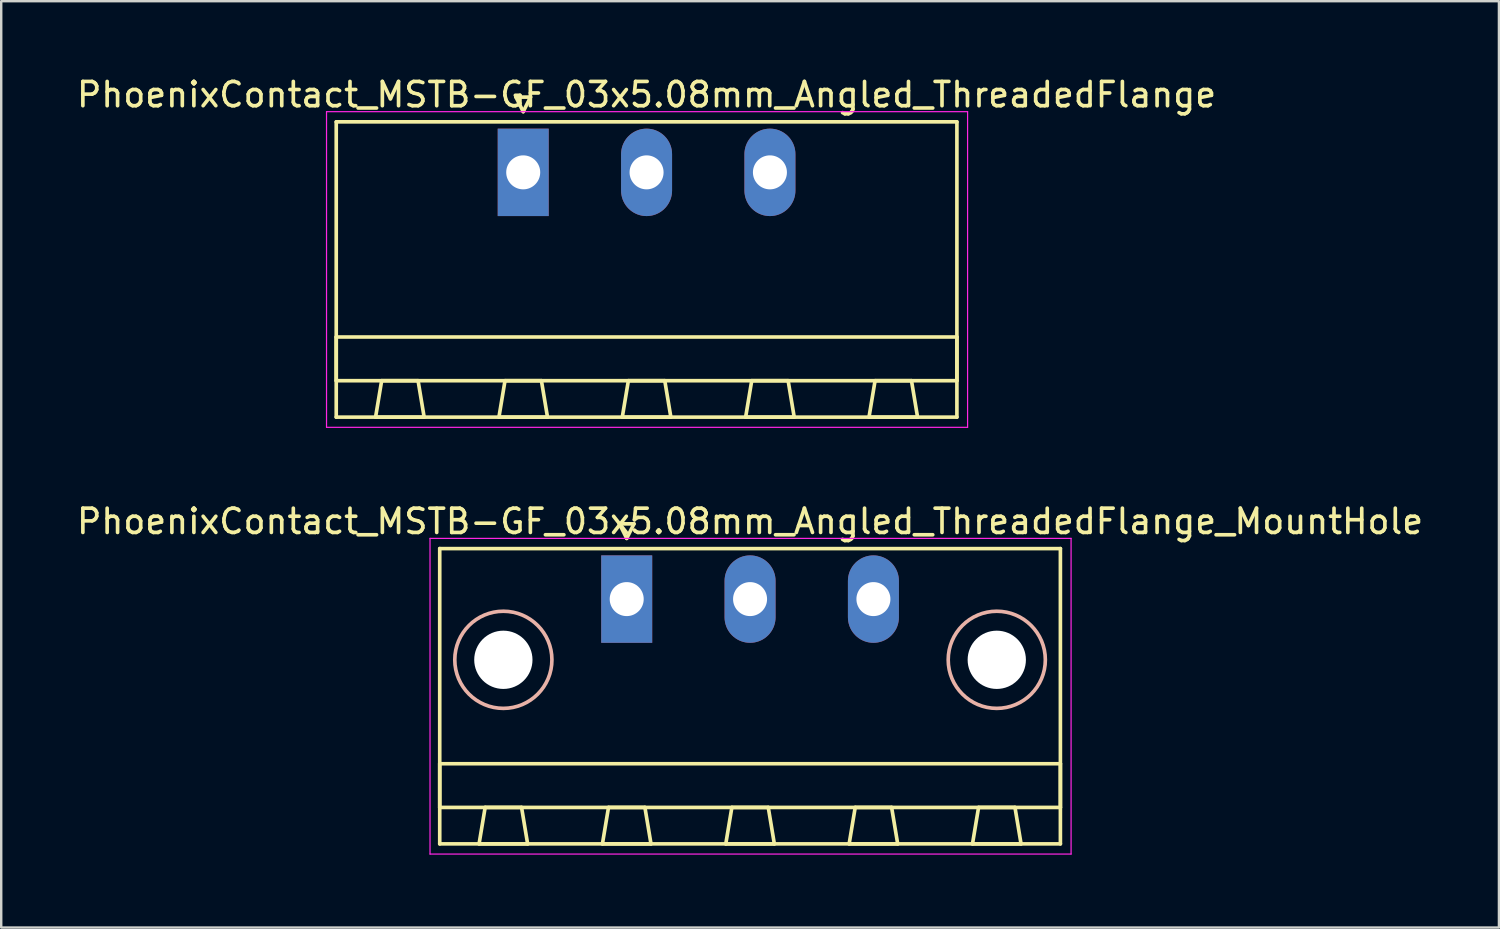
<source format=kicad_pcb>
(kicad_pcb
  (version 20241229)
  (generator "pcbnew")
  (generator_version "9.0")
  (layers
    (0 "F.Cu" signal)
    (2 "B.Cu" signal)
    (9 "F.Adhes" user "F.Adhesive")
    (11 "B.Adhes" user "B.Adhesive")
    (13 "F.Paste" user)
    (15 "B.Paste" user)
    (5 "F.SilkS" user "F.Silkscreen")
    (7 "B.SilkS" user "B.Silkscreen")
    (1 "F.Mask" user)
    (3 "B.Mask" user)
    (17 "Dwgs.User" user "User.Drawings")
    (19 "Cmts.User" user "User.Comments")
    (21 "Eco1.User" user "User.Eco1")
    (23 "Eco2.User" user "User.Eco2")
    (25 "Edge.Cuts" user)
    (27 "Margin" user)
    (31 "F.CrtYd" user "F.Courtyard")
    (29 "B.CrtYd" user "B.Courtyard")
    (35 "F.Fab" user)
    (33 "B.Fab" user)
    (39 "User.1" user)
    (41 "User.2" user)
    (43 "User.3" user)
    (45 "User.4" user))
  (footprint "PhoenixContact_MSTB-GF_03x5.08mm_Angled_ThreadedFlange_MountHole"
    (layer "F.Cu")
    (at 22.759 21.622)
    (property "Reference" "PhoenixContact_MSTB-GF_03x5.08mm_Angled_ThreadedFlange_MountHole" (at 5.08 -3.2 0) (layer "F.SilkS") (effects (font (size 1 1) (thickness 0.15))))
    (attr through_hole)
    (fp_line (start -7.7 -2.08) (end -7.7 10.08) (stroke (width 0.15) (type solid)) (layer "F.SilkS"))
    (fp_line (start -7.7 6.78) (end 17.86 6.78) (stroke (width 0.15) (type solid)) (layer "F.SilkS"))
    (fp_line (start -7.7 8.58) (end -7.7 6.78) (stroke (width 0.15) (type solid)) (layer "F.SilkS"))
    (fp_line (start -7.7 10.08) (end 17.86 10.08) (stroke (width 0.15) (type solid)) (layer "F.SilkS"))
    (fp_line (start -6.08 10.08) (end -4.08 10.08) (stroke (width 0.15) (type solid)) (layer "F.SilkS"))
    (fp_line (start -5.83 8.58) (end -6.08 10.08) (stroke (width 0.15) (type solid)) (layer "F.SilkS"))
    (fp_line (start -4.33 8.58) (end -5.83 8.58) (stroke (width 0.15) (type solid)) (layer "F.SilkS"))
    (fp_line (start -4.08 10.08) (end -4.33 8.58) (stroke (width 0.15) (type solid)) (layer "F.SilkS"))
    (fp_line (start -1 10.08) (end 1 10.08) (stroke (width 0.15) (type solid)) (layer "F.SilkS"))
    (fp_line (start -0.75 8.58) (end -1 10.08) (stroke (width 0.15) (type solid)) (layer "F.SilkS"))
    (fp_line (start -0.3 -3.1) (end 0 -2.5) (stroke (width 0.15) (type solid)) (layer "F.SilkS"))
    (fp_line (start 0 -2.5) (end 0.3 -3.1) (stroke (width 0.15) (type solid)) (layer "F.SilkS"))
    (fp_line (start 0.3 -3.1) (end -0.3 -3.1) (stroke (width 0.15) (type solid)) (layer "F.SilkS"))
    (fp_line (start 0.75 8.58) (end -0.75 8.58) (stroke (width 0.15) (type solid)) (layer "F.SilkS"))
    (fp_line (start 1 10.08) (end 0.75 8.58) (stroke (width 0.15) (type solid)) (layer "F.SilkS"))
    (fp_line (start 4.08 10.08) (end 6.08 10.08) (stroke (width 0.15) (type solid)) (layer "F.SilkS"))
    (fp_line (start 4.33 8.58) (end 4.08 10.08) (stroke (width 0.15) (type solid)) (layer "F.SilkS"))
    (fp_line (start 5.83 8.58) (end 4.33 8.58) (stroke (width 0.15) (type solid)) (layer "F.SilkS"))
    (fp_line (start 6.08 10.08) (end 5.83 8.58) (stroke (width 0.15) (type solid)) (layer "F.SilkS"))
    (fp_line (start 9.16 10.08) (end 11.16 10.08) (stroke (width 0.15) (type solid)) (layer "F.SilkS"))
    (fp_line (start 9.41 8.58) (end 9.16 10.08) (stroke (width 0.15) (type solid)) (layer "F.SilkS"))
    (fp_line (start 10.91 8.58) (end 9.41 8.58) (stroke (width 0.15) (type solid)) (layer "F.SilkS"))
    (fp_line (start 11.16 10.08) (end 10.91 8.58) (stroke (width 0.15) (type solid)) (layer "F.SilkS"))
    (fp_line (start 14.24 10.08) (end 16.24 10.08) (stroke (width 0.15) (type solid)) (layer "F.SilkS"))
    (fp_line (start 14.49 8.58) (end 14.24 10.08) (stroke (width 0.15) (type solid)) (layer "F.SilkS"))
    (fp_line (start 15.99 8.58) (end 14.49 8.58) (stroke (width 0.15) (type solid)) (layer "F.SilkS"))
    (fp_line (start 16.24 10.08) (end 15.99 8.58) (stroke (width 0.15) (type solid)) (layer "F.SilkS"))
    (fp_line (start 17.86 -2.08) (end -7.7 -2.08) (stroke (width 0.15) (type solid)) (layer "F.SilkS"))
    (fp_line (start 17.86 6.78) (end 17.86 8.58) (stroke (width 0.15) (type solid)) (layer "F.SilkS"))
    (fp_line (start 17.86 8.58) (end -7.7 8.58) (stroke (width 0.15) (type solid)) (layer "F.SilkS"))
    (fp_line (start 17.86 10.08) (end 17.86 -2.08) (stroke (width 0.15) (type solid)) (layer "F.SilkS"))
    (fp_circle (center -5.08 2.5) (end -3.08 2.5) (stroke (width 0.15) (type solid)) (fill no) (layer "B.SilkS"))
    (fp_circle (center 15.24 2.5) (end 17.24 2.5) (stroke (width 0.15) (type solid)) (fill no) (layer "B.SilkS"))
    (fp_line (start -8.1 -2.5) (end -8.1 10.5) (stroke (width 0.05) (type solid)) (layer "F.CrtYd"))
    (fp_line (start -8.1 10.5) (end 18.3 10.5) (stroke (width 0.05) (type solid)) (layer "F.CrtYd"))
    (fp_line (start 18.3 -2.5) (end -8.1 -2.5) (stroke (width 0.05) (type solid)) (layer "F.CrtYd"))
    (fp_line (start 18.3 10.5) (end 18.3 -2.5) (stroke (width 0.05) (type solid)) (layer "F.CrtYd"))
    (pad "" np_thru_hole circle (at -5.08 2.5) (size 2.4 2.4) (drill 2.4) (layers "*.Cu" "*.Mask"))
    (pad "" np_thru_hole circle (at 15.24 2.5) (size 2.4 2.4) (drill 2.4) (layers "*.Cu" "*.Mask"))
    (pad "1" thru_hole rect (at 0 0) (size 2.1 3.6) (drill 1.4) (layers "*.Cu" "*.Mask"))
    (pad "2" thru_hole oval (at 5.08 0) (size 2.1 3.6) (drill 1.4) (layers "*.Cu" "*.Mask"))
    (pad "3" thru_hole oval (at 10.16 0) (size 2.1 3.6) (drill 1.4) (layers "*.Cu" "*.Mask")))
  (footprint "PhoenixContact_MSTB-GF_03x5.08mm_Angled_ThreadedFlange"
    (layer "F.Cu")
    (at 18.497 4.048)
    (property "Reference" "PhoenixContact_MSTB-GF_03x5.08mm_Angled_ThreadedFlange" (at 5.08 -3.2 0) (layer "F.SilkS") (effects (font (size 1 1) (thickness 0.15))))
    (attr through_hole)
    (fp_line (start -7.7 -2.08) (end -7.7 10.08) (stroke (width 0.15) (type solid)) (layer "F.SilkS"))
    (fp_line (start -7.7 6.78) (end 17.86 6.78) (stroke (width 0.15) (type solid)) (layer "F.SilkS"))
    (fp_line (start -7.7 8.58) (end -7.7 6.78) (stroke (width 0.15) (type solid)) (layer "F.SilkS"))
    (fp_line (start -7.7 10.08) (end 17.86 10.08) (stroke (width 0.15) (type solid)) (layer "F.SilkS"))
    (fp_line (start -6.08 10.08) (end -4.08 10.08) (stroke (width 0.15) (type solid)) (layer "F.SilkS"))
    (fp_line (start -5.83 8.58) (end -6.08 10.08) (stroke (width 0.15) (type solid)) (layer "F.SilkS"))
    (fp_line (start -4.33 8.58) (end -5.83 8.58) (stroke (width 0.15) (type solid)) (layer "F.SilkS"))
    (fp_line (start -4.08 10.08) (end -4.33 8.58) (stroke (width 0.15) (type solid)) (layer "F.SilkS"))
    (fp_line (start -1 10.08) (end 1 10.08) (stroke (width 0.15) (type solid)) (layer "F.SilkS"))
    (fp_line (start -0.75 8.58) (end -1 10.08) (stroke (width 0.15) (type solid)) (layer "F.SilkS"))
    (fp_line (start -0.3 -3.1) (end 0 -2.5) (stroke (width 0.15) (type solid)) (layer "F.SilkS"))
    (fp_line (start 0 -2.5) (end 0.3 -3.1) (stroke (width 0.15) (type solid)) (layer "F.SilkS"))
    (fp_line (start 0.3 -3.1) (end -0.3 -3.1) (stroke (width 0.15) (type solid)) (layer "F.SilkS"))
    (fp_line (start 0.75 8.58) (end -0.75 8.58) (stroke (width 0.15) (type solid)) (layer "F.SilkS"))
    (fp_line (start 1 10.08) (end 0.75 8.58) (stroke (width 0.15) (type solid)) (layer "F.SilkS"))
    (fp_line (start 4.08 10.08) (end 6.08 10.08) (stroke (width 0.15) (type solid)) (layer "F.SilkS"))
    (fp_line (start 4.33 8.58) (end 4.08 10.08) (stroke (width 0.15) (type solid)) (layer "F.SilkS"))
    (fp_line (start 5.83 8.58) (end 4.33 8.58) (stroke (width 0.15) (type solid)) (layer "F.SilkS"))
    (fp_line (start 6.08 10.08) (end 5.83 8.58) (stroke (width 0.15) (type solid)) (layer "F.SilkS"))
    (fp_line (start 9.16 10.08) (end 11.16 10.08) (stroke (width 0.15) (type solid)) (layer "F.SilkS"))
    (fp_line (start 9.41 8.58) (end 9.16 10.08) (stroke (width 0.15) (type solid)) (layer "F.SilkS"))
    (fp_line (start 10.91 8.58) (end 9.41 8.58) (stroke (width 0.15) (type solid)) (layer "F.SilkS"))
    (fp_line (start 11.16 10.08) (end 10.91 8.58) (stroke (width 0.15) (type solid)) (layer "F.SilkS"))
    (fp_line (start 14.24 10.08) (end 16.24 10.08) (stroke (width 0.15) (type solid)) (layer "F.SilkS"))
    (fp_line (start 14.49 8.58) (end 14.24 10.08) (stroke (width 0.15) (type solid)) (layer "F.SilkS"))
    (fp_line (start 15.99 8.58) (end 14.49 8.58) (stroke (width 0.15) (type solid)) (layer "F.SilkS"))
    (fp_line (start 16.24 10.08) (end 15.99 8.58) (stroke (width 0.15) (type solid)) (layer "F.SilkS"))
    (fp_line (start 17.86 -2.08) (end -7.7 -2.08) (stroke (width 0.15) (type solid)) (layer "F.SilkS"))
    (fp_line (start 17.86 6.78) (end 17.86 8.58) (stroke (width 0.15) (type solid)) (layer "F.SilkS"))
    (fp_line (start 17.86 8.58) (end -7.7 8.58) (stroke (width 0.15) (type solid)) (layer "F.SilkS"))
    (fp_line (start 17.86 10.08) (end 17.86 -2.08) (stroke (width 0.15) (type solid)) (layer "F.SilkS"))
    (fp_line (start -8.1 -2.5) (end -8.1 10.5) (stroke (width 0.05) (type solid)) (layer "F.CrtYd"))
    (fp_line (start -8.1 10.5) (end 18.3 10.5) (stroke (width 0.05) (type solid)) (layer "F.CrtYd"))
    (fp_line (start 18.3 -2.5) (end -8.1 -2.5) (stroke (width 0.05) (type solid)) (layer "F.CrtYd"))
    (fp_line (start 18.3 10.5) (end 18.3 -2.5) (stroke (width 0.05) (type solid)) (layer "F.CrtYd"))
    (pad "1" thru_hole rect (at 0 0) (size 2.1 3.6) (drill 1.4) (layers "*.Cu" "*.Mask"))
    (pad "2" thru_hole oval (at 5.08 0) (size 2.1 3.6) (drill 1.4) (layers "*.Cu" "*.Mask"))
    (pad "3" thru_hole oval (at 10.16 0) (size 2.1 3.6) (drill 1.4) (layers "*.Cu" "*.Mask")))
  (gr_rect
    (start -3 -3)
    (end 58.679 35.147)
    (stroke (width 0.1) (type default))
    (fill no)
    (layer "Edge.Cuts")))
</source>
